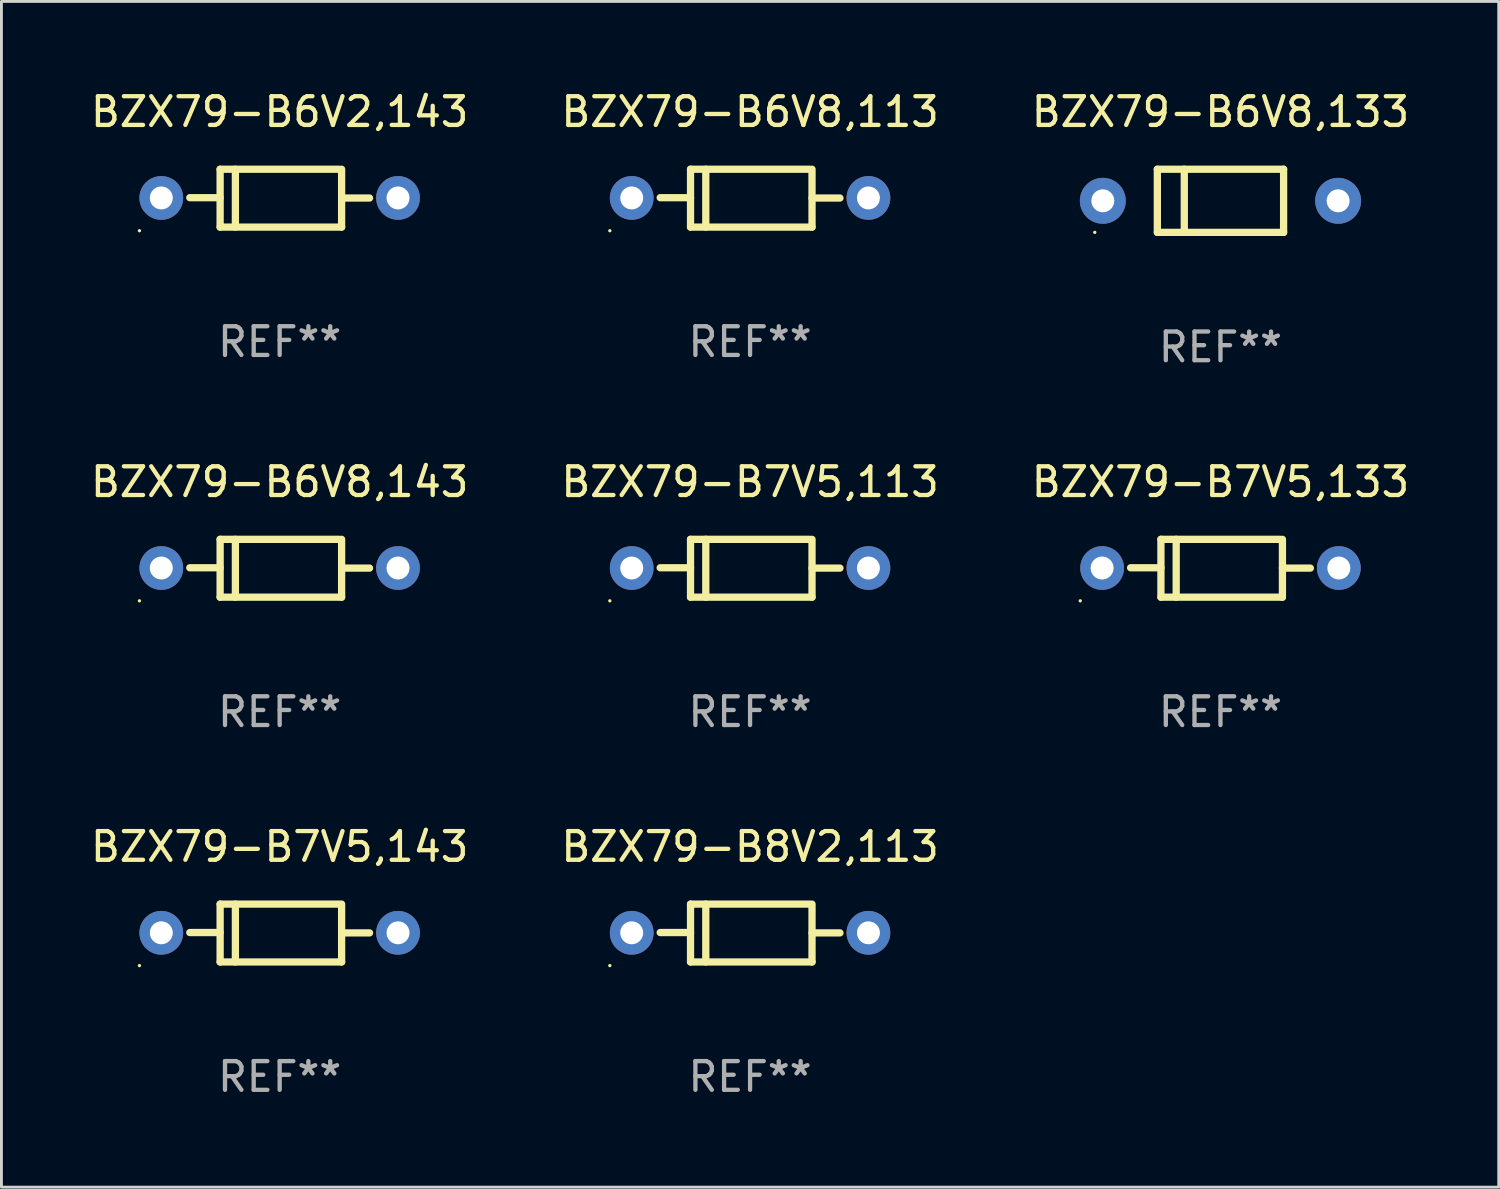
<source format=kicad_pcb>
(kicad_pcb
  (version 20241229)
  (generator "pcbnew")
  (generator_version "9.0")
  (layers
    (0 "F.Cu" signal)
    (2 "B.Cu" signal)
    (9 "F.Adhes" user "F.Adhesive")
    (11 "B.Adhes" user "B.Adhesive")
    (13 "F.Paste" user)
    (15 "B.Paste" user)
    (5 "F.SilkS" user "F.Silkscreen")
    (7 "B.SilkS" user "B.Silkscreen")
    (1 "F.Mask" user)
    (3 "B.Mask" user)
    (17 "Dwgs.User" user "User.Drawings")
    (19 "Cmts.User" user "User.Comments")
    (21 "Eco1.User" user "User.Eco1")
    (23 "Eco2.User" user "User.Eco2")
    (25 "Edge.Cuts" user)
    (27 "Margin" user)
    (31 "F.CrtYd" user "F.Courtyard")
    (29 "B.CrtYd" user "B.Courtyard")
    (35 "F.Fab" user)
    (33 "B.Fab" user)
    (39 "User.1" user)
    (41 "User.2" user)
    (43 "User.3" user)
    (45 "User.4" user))
  (footprint "BZX79-B7V5,133"
    (layer "F.Cu")
    (at 39.482 16.753)
    (property "Reference" "BZX79-B7V5,133" (at 0 -3.008 0) (layer "F.SilkS") (effects (font (size 1 1) (thickness 0.15))))
    (attr through_hole)
    (fp_line (start -2.075 -1.008) (end -2.075 1.008) (stroke (width 0.254) (type solid)) (layer "F.SilkS"))
    (fp_line (start -2.075 -0.017) (end -3.132 -0.017) (stroke (width 0.254) (type solid)) (layer "F.SilkS"))
    (fp_line (start -2.075 1.008) (end 2.159 1.008) (stroke (width 0.254) (type solid)) (layer "F.SilkS"))
    (fp_line (start -1.543 -1.008) (end -1.543 1.008) (stroke (width 0.254) (type solid)) (layer "F.SilkS"))
    (fp_line (start 2.075 -1.008) (end -2.075 -1.008) (stroke (width 0.254) (type solid)) (layer "F.SilkS"))
    (fp_line (start 2.159 -0.005) (end 3.132 -0.005) (stroke (width 0.254) (type solid)) (layer "F.SilkS"))
    (fp_line (start 2.159 1.008) (end 2.159 -1.008) (stroke (width 0.254) (type solid)) (layer "F.SilkS"))
    (fp_circle (center -4.887 1.135) (end -4.857 1.135) (stroke (width 0.06) (type solid)) (fill no) (layer "F.SilkS"))
    (fp_text user "REF**" (at 0 5.008 0) (layer "F.Fab") (effects (font (size 1 1) (thickness 0.15))))
    (pad "1" thru_hole circle (at -4.125 -0.008) (size 1.524 1.524) (drill 0.8) (layers "*.Cu" "*.Mask"))
    (pad "2" thru_hole circle (at 4.125 -0.008) (size 1.524 1.524) (drill 0.8) (layers "*.Cu" "*.Mask")))
  (footprint "BZX79-B6V8,133"
    (layer "F.Cu")
    (at 39.482 3.948)
    (property "Reference" "BZX79-B6V8,133" (at 0 -3.1 0) (layer "F.SilkS") (effects (font (size 1 1) (thickness 0.15))))
    (attr through_hole)
    (fp_line (start -2.2 -1.1) (end -2.2 1.1) (stroke (width 0.254) (type solid)) (layer "F.SilkS"))
    (fp_line (start -2.2 -1.1) (end 2.2 -1.1) (stroke (width 0.254) (type solid)) (layer "F.SilkS"))
    (fp_line (start -2.2 1.1) (end 2.2 1.1) (stroke (width 0.254) (type solid)) (layer "F.SilkS"))
    (fp_line (start -1.261 -1.1) (end -1.261 1.1) (stroke (width 0.254) (type solid)) (layer "F.SilkS"))
    (fp_line (start 2.2 -1.1) (end 2.2 1.1) (stroke (width 0.254) (type solid)) (layer "F.SilkS"))
    (fp_circle (center -4.38 1.1) (end -4.35 1.1) (stroke (width 0.06) (type solid)) (fill no) (layer "F.SilkS"))
    (fp_text user "REF**" (at 0 5.1 0) (layer "F.Fab") (effects (font (size 1 1) (thickness 0.15))))
    (pad "1" thru_hole circle (at -4.1 0) (size 1.6 1.6) (drill 0.8) (layers "*.Cu" "*.Mask"))
    (pad "2" thru_hole circle (at 4.1 0) (size 1.6 1.6) (drill 0.8) (layers "*.Cu" "*.Mask")))
  (footprint "BZX79-B7V5,143"
    (layer "F.Cu")
    (at 6.696 29.465)
    (property "Reference" "BZX79-B7V5,143" (at 0 -3.008 0) (layer "F.SilkS") (effects (font (size 1 1) (thickness 0.15))))
    (attr through_hole)
    (fp_line (start -2.075 -1.008) (end -2.075 1.008) (stroke (width 0.254) (type solid)) (layer "F.SilkS"))
    (fp_line (start -2.075 -0.017) (end -3.132 -0.017) (stroke (width 0.254) (type solid)) (layer "F.SilkS"))
    (fp_line (start -2.075 1.008) (end 2.159 1.008) (stroke (width 0.254) (type solid)) (layer "F.SilkS"))
    (fp_line (start -1.543 -1.008) (end -1.543 1.008) (stroke (width 0.254) (type solid)) (layer "F.SilkS"))
    (fp_line (start 2.075 -1.008) (end -2.075 -1.008) (stroke (width 0.254) (type solid)) (layer "F.SilkS"))
    (fp_line (start 2.159 -0.005) (end 3.132 -0.005) (stroke (width 0.254) (type solid)) (layer "F.SilkS"))
    (fp_line (start 2.159 1.008) (end 2.159 -1.008) (stroke (width 0.254) (type solid)) (layer "F.SilkS"))
    (fp_circle (center -4.887 1.135) (end -4.857 1.135) (stroke (width 0.06) (type solid)) (fill no) (layer "F.SilkS"))
    (fp_text user "REF**" (at 0 5.008 0) (layer "F.Fab") (effects (font (size 1 1) (thickness 0.15))))
    (pad "1" thru_hole circle (at -4.125 -0.008) (size 1.524 1.524) (drill 0.8) (layers "*.Cu" "*.Mask"))
    (pad "2" thru_hole circle (at 4.125 -0.008) (size 1.524 1.524) (drill 0.8) (layers "*.Cu" "*.Mask")))
  (footprint "BZX79-B8V2,113"
    (layer "F.Cu")
    (at 23.089 29.465)
    (property "Reference" "BZX79-B8V2,113" (at 0 -3.008 0) (layer "F.SilkS") (effects (font (size 1 1) (thickness 0.15))))
    (attr through_hole)
    (fp_line (start -2.075 -1.008) (end -2.075 1.008) (stroke (width 0.254) (type solid)) (layer "F.SilkS"))
    (fp_line (start -2.075 -0.017) (end -3.132 -0.017) (stroke (width 0.254) (type solid)) (layer "F.SilkS"))
    (fp_line (start -2.075 1.008) (end 2.159 1.008) (stroke (width 0.254) (type solid)) (layer "F.SilkS"))
    (fp_line (start -1.543 -1.008) (end -1.543 1.008) (stroke (width 0.254) (type solid)) (layer "F.SilkS"))
    (fp_line (start 2.075 -1.008) (end -2.075 -1.008) (stroke (width 0.254) (type solid)) (layer "F.SilkS"))
    (fp_line (start 2.159 -0.005) (end 3.132 -0.005) (stroke (width 0.254) (type solid)) (layer "F.SilkS"))
    (fp_line (start 2.159 1.008) (end 2.159 -1.008) (stroke (width 0.254) (type solid)) (layer "F.SilkS"))
    (fp_circle (center -4.887 1.135) (end -4.857 1.135) (stroke (width 0.06) (type solid)) (fill no) (layer "F.SilkS"))
    (fp_text user "REF**" (at 0 5.008 0) (layer "F.Fab") (effects (font (size 1 1) (thickness 0.15))))
    (pad "1" thru_hole circle (at -4.125 -0.008) (size 1.524 1.524) (drill 0.8) (layers "*.Cu" "*.Mask"))
    (pad "2" thru_hole circle (at 4.125 -0.008) (size 1.524 1.524) (drill 0.8) (layers "*.Cu" "*.Mask")))
  (footprint "BZX79-B6V8,143"
    (layer "F.Cu")
    (at 6.696 16.753)
    (property "Reference" "BZX79-B6V8,143" (at 0 -3.008 0) (layer "F.SilkS") (effects (font (size 1 1) (thickness 0.15))))
    (attr through_hole)
    (fp_line (start -2.075 -1.008) (end -2.075 1.008) (stroke (width 0.254) (type solid)) (layer "F.SilkS"))
    (fp_line (start -2.075 -0.017) (end -3.132 -0.017) (stroke (width 0.254) (type solid)) (layer "F.SilkS"))
    (fp_line (start -2.075 1.008) (end 2.159 1.008) (stroke (width 0.254) (type solid)) (layer "F.SilkS"))
    (fp_line (start -1.543 -1.008) (end -1.543 1.008) (stroke (width 0.254) (type solid)) (layer "F.SilkS"))
    (fp_line (start 2.075 -1.008) (end -2.075 -1.008) (stroke (width 0.254) (type solid)) (layer "F.SilkS"))
    (fp_line (start 2.159 -0.005) (end 3.132 -0.005) (stroke (width 0.254) (type solid)) (layer "F.SilkS"))
    (fp_line (start 2.159 1.008) (end 2.159 -1.008) (stroke (width 0.254) (type solid)) (layer "F.SilkS"))
    (fp_circle (center -4.887 1.135) (end -4.857 1.135) (stroke (width 0.06) (type solid)) (fill no) (layer "F.SilkS"))
    (fp_text user "REF**" (at 0 5.008 0) (layer "F.Fab") (effects (font (size 1 1) (thickness 0.15))))
    (pad "1" thru_hole circle (at -4.125 -0.008) (size 1.524 1.524) (drill 0.8) (layers "*.Cu" "*.Mask"))
    (pad "2" thru_hole circle (at 4.125 -0.008) (size 1.524 1.524) (drill 0.8) (layers "*.Cu" "*.Mask")))
  (footprint "BZX79-B6V2,143"
    (layer "F.Cu")
    (at 6.696 3.856)
    (property "Reference" "BZX79-B6V2,143" (at 0 -3.008 0) (layer "F.SilkS") (effects (font (size 1 1) (thickness 0.15))))
    (attr through_hole)
    (fp_line (start -2.075 -1.008) (end -2.075 1.008) (stroke (width 0.254) (type solid)) (layer "F.SilkS"))
    (fp_line (start -2.075 -0.017) (end -3.132 -0.017) (stroke (width 0.254) (type solid)) (layer "F.SilkS"))
    (fp_line (start -2.075 1.008) (end 2.159 1.008) (stroke (width 0.254) (type solid)) (layer "F.SilkS"))
    (fp_line (start -1.543 -1.008) (end -1.543 1.008) (stroke (width 0.254) (type solid)) (layer "F.SilkS"))
    (fp_line (start 2.075 -1.008) (end -2.075 -1.008) (stroke (width 0.254) (type solid)) (layer "F.SilkS"))
    (fp_line (start 2.159 -0.005) (end 3.132 -0.005) (stroke (width 0.254) (type solid)) (layer "F.SilkS"))
    (fp_line (start 2.159 1.008) (end 2.159 -1.008) (stroke (width 0.254) (type solid)) (layer "F.SilkS"))
    (fp_circle (center -4.887 1.135) (end -4.857 1.135) (stroke (width 0.06) (type solid)) (fill no) (layer "F.SilkS"))
    (fp_text user "REF**" (at 0 5.008 0) (layer "F.Fab") (effects (font (size 1 1) (thickness 0.15))))
    (pad "1" thru_hole circle (at -4.125 -0.008) (size 1.524 1.524) (drill 0.8) (layers "*.Cu" "*.Mask"))
    (pad "2" thru_hole circle (at 4.125 -0.008) (size 1.524 1.524) (drill 0.8) (layers "*.Cu" "*.Mask")))
  (footprint "BZX79-B7V5,113"
    (layer "F.Cu")
    (at 23.089 16.753)
    (property "Reference" "BZX79-B7V5,113" (at 0 -3.008 0) (layer "F.SilkS") (effects (font (size 1 1) (thickness 0.15))))
    (attr through_hole)
    (fp_line (start -2.075 -1.008) (end -2.075 1.008) (stroke (width 0.254) (type solid)) (layer "F.SilkS"))
    (fp_line (start -2.075 -0.017) (end -3.132 -0.017) (stroke (width 0.254) (type solid)) (layer "F.SilkS"))
    (fp_line (start -2.075 1.008) (end 2.159 1.008) (stroke (width 0.254) (type solid)) (layer "F.SilkS"))
    (fp_line (start -1.543 -1.008) (end -1.543 1.008) (stroke (width 0.254) (type solid)) (layer "F.SilkS"))
    (fp_line (start 2.075 -1.008) (end -2.075 -1.008) (stroke (width 0.254) (type solid)) (layer "F.SilkS"))
    (fp_line (start 2.159 -0.005) (end 3.132 -0.005) (stroke (width 0.254) (type solid)) (layer "F.SilkS"))
    (fp_line (start 2.159 1.008) (end 2.159 -1.008) (stroke (width 0.254) (type solid)) (layer "F.SilkS"))
    (fp_circle (center -4.887 1.135) (end -4.857 1.135) (stroke (width 0.06) (type solid)) (fill no) (layer "F.SilkS"))
    (fp_text user "REF**" (at 0 5.008 0) (layer "F.Fab") (effects (font (size 1 1) (thickness 0.15))))
    (pad "1" thru_hole circle (at -4.125 -0.008) (size 1.524 1.524) (drill 0.8) (layers "*.Cu" "*.Mask"))
    (pad "2" thru_hole circle (at 4.125 -0.008) (size 1.524 1.524) (drill 0.8) (layers "*.Cu" "*.Mask")))
  (footprint "BZX79-B6V8,113"
    (layer "F.Cu")
    (at 23.089 3.856)
    (property "Reference" "BZX79-B6V8,113" (at 0 -3.008 0) (layer "F.SilkS") (effects (font (size 1 1) (thickness 0.15))))
    (attr through_hole)
    (fp_line (start -2.075 -1.008) (end -2.075 1.008) (stroke (width 0.254) (type solid)) (layer "F.SilkS"))
    (fp_line (start -2.075 -0.017) (end -3.132 -0.017) (stroke (width 0.254) (type solid)) (layer "F.SilkS"))
    (fp_line (start -2.075 1.008) (end 2.159 1.008) (stroke (width 0.254) (type solid)) (layer "F.SilkS"))
    (fp_line (start -1.543 -1.008) (end -1.543 1.008) (stroke (width 0.254) (type solid)) (layer "F.SilkS"))
    (fp_line (start 2.075 -1.008) (end -2.075 -1.008) (stroke (width 0.254) (type solid)) (layer "F.SilkS"))
    (fp_line (start 2.159 -0.005) (end 3.132 -0.005) (stroke (width 0.254) (type solid)) (layer "F.SilkS"))
    (fp_line (start 2.159 1.008) (end 2.159 -1.008) (stroke (width 0.254) (type solid)) (layer "F.SilkS"))
    (fp_circle (center -4.887 1.135) (end -4.857 1.135) (stroke (width 0.06) (type solid)) (fill no) (layer "F.SilkS"))
    (fp_text user "REF**" (at 0 5.008 0) (layer "F.Fab") (effects (font (size 1 1) (thickness 0.15))))
    (pad "1" thru_hole circle (at -4.125 -0.008) (size 1.524 1.524) (drill 0.8) (layers "*.Cu" "*.Mask"))
    (pad "2" thru_hole circle (at 4.125 -0.008) (size 1.524 1.524) (drill 0.8) (layers "*.Cu" "*.Mask")))
  (gr_rect
    (start -3 -3)
    (end 49.179 38.322)
    (stroke (width 0.1) (type default))
    (fill no)
    (layer "Edge.Cuts")))
</source>
